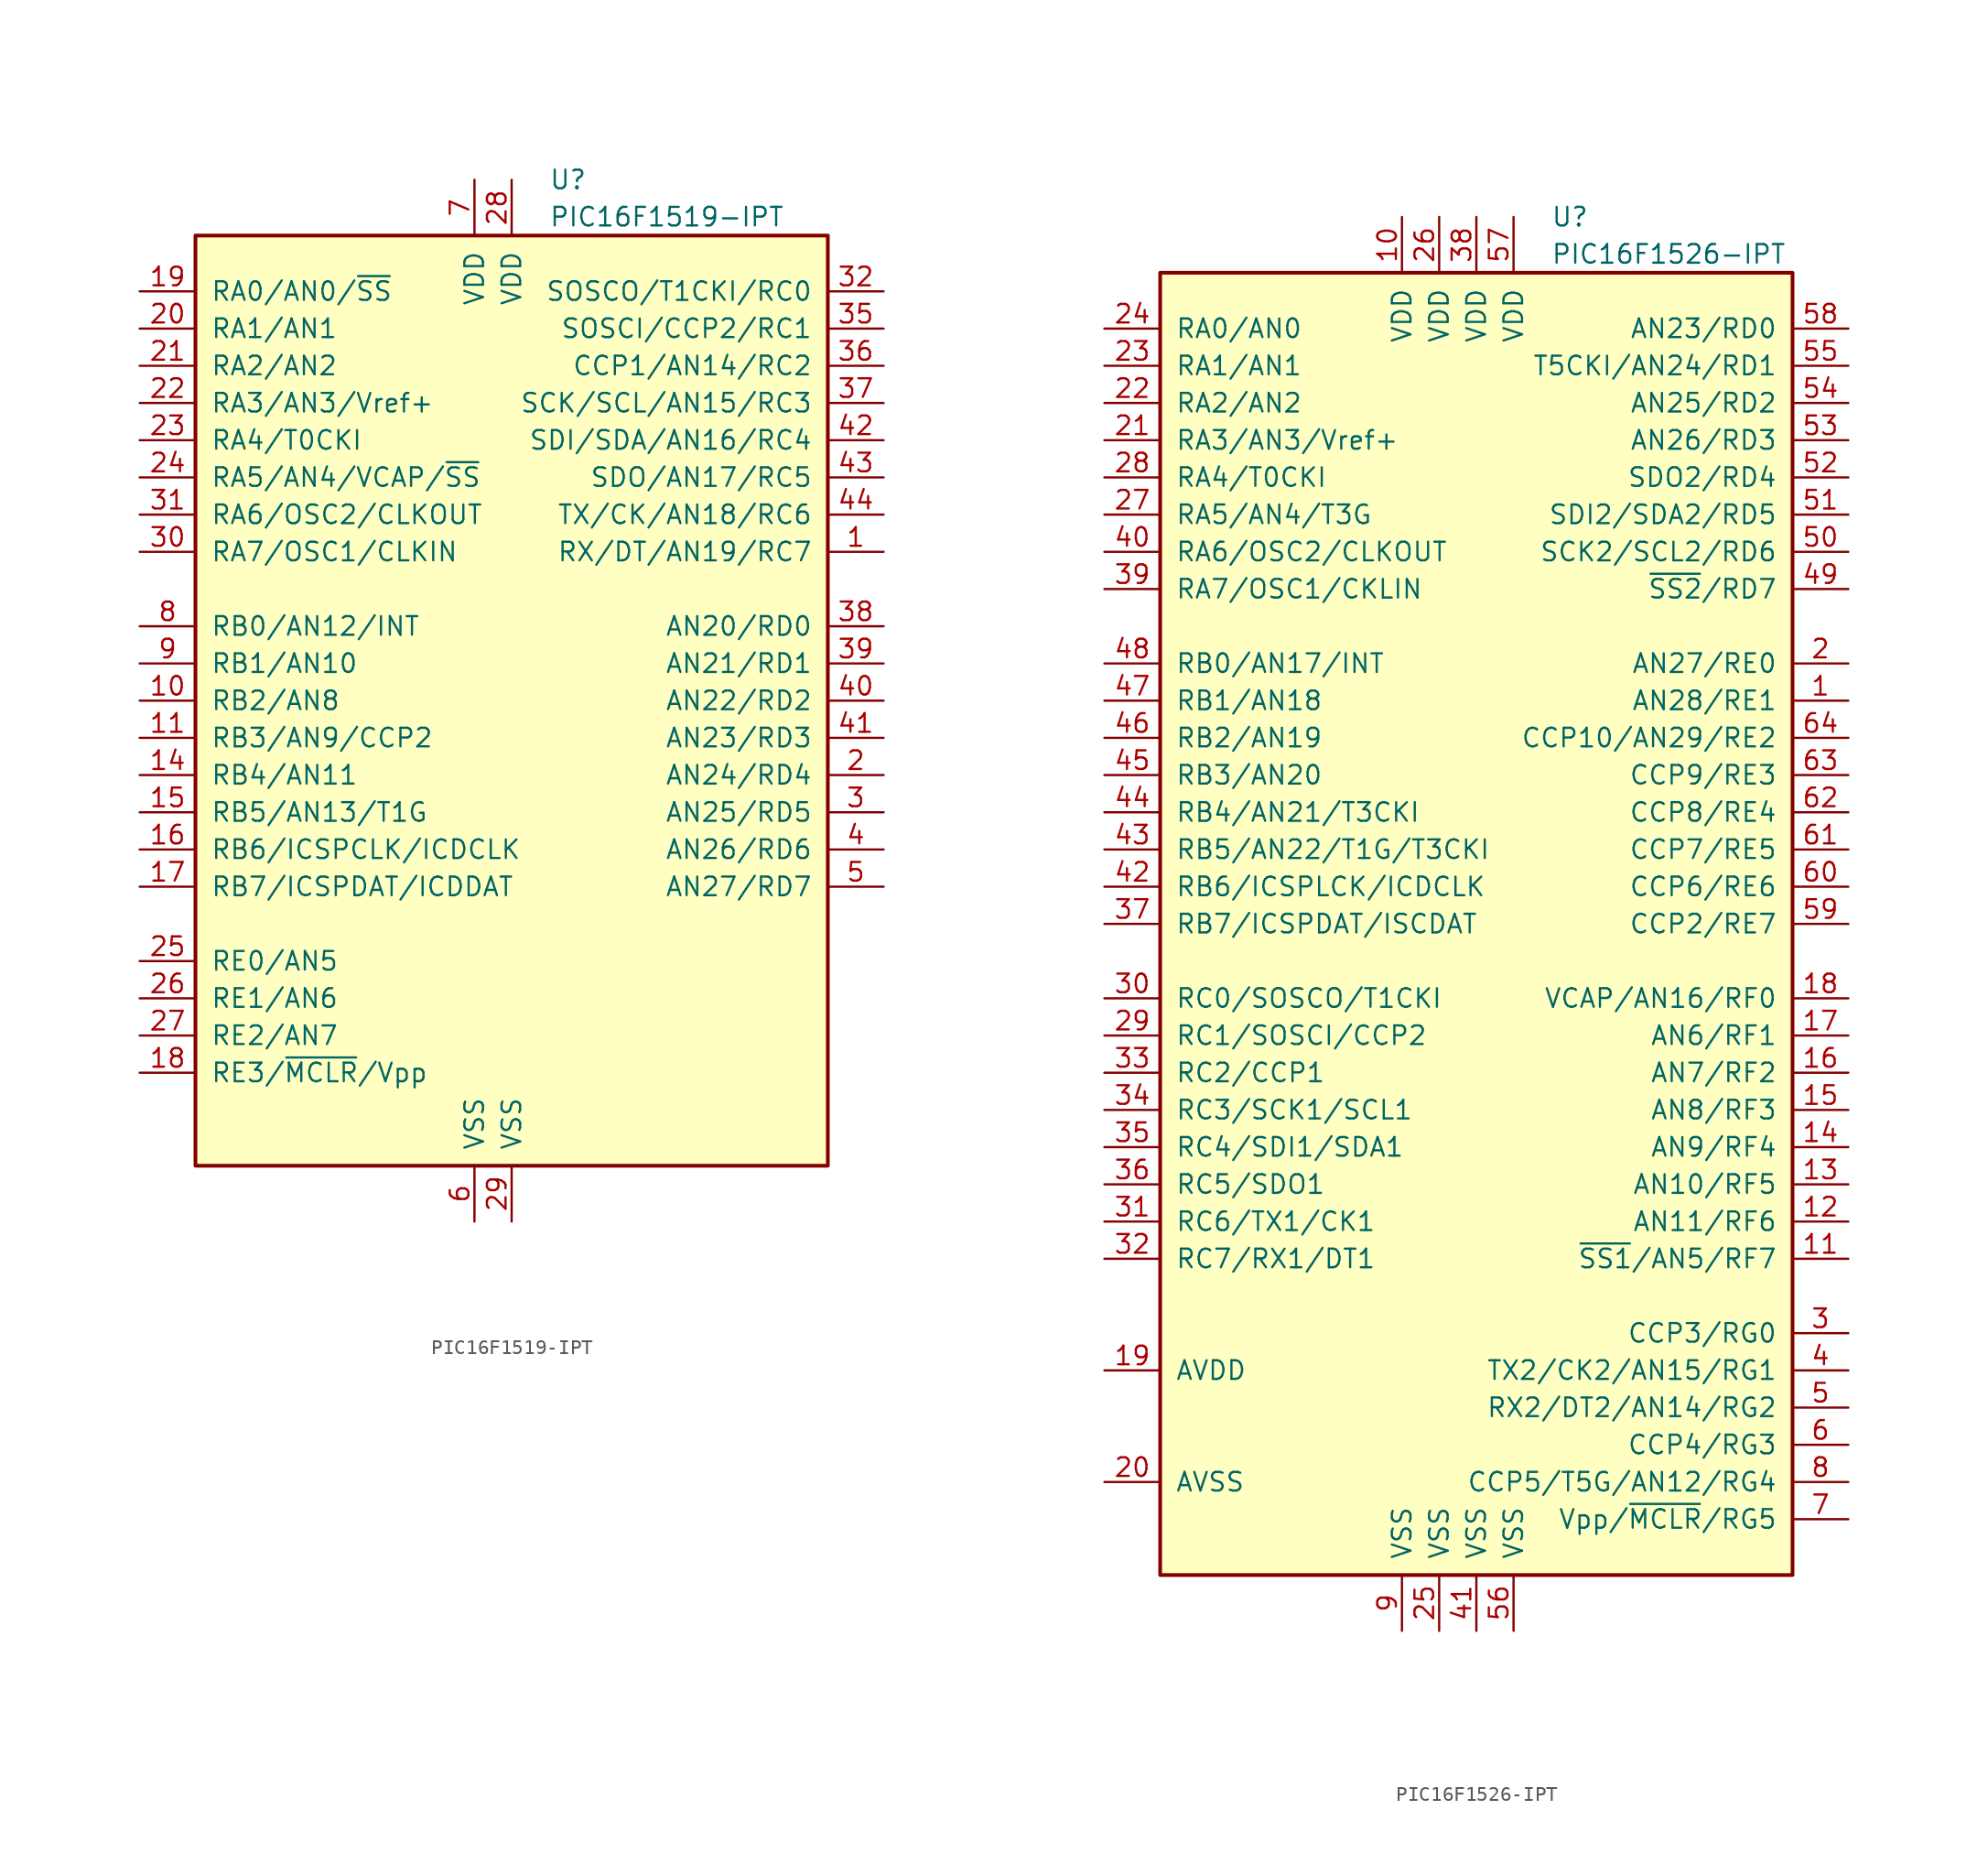
<source format=kicad_sym>
(kicad_symbol_lib
  (version 20201005)
  (generator kicad_symbol_editor)
  (symbol "PIC16F1519-IPT"
    (pin_names
      (offset 1.016))
    (property "Reference" "U"
      (at 2.54 35.56 0)
      (effects (font (size 1.27 1.27)) (justify left)))
    (property "Value" "PIC16F1519-IPT"
      (at 2.54 33.02 0)
      (effects (font (size 1.27 1.27)) (justify left)))
    (symbol "PIC16F1519-IPT_0_1"
      (rectangle (start -21.59 31.75) (end 21.59 -31.75) (stroke (width 0.254)) (fill (type background))))
    (symbol "PIC16F1519-IPT_1_1"
      (pin bidirectional line (at 25.4 10.16 180) (length 3.81) (name "RX/DT/AN19/RC7" (effects (font (size 1.27 1.27)))) (number "1" (effects (font (size 1.27 1.27)))))
      (pin bidirectional line (at -25.4 0 0) (length 3.81) (name "RB2/AN8" (effects (font (size 1.27 1.27)))) (number "10" (effects (font (size 1.27 1.27)))))
      (pin bidirectional line (at -25.4 -2.54 0) (length 3.81) (name "RB3/AN9/CCP2" (effects (font (size 1.27 1.27)))) (number "11" (effects (font (size 1.27 1.27)))))
      (pin bidirectional line (at -25.4 -5.08 0) (length 3.81) (name "RB4/AN11" (effects (font (size 1.27 1.27)))) (number "14" (effects (font (size 1.27 1.27)))))
      (pin bidirectional line (at -25.4 -7.62 0) (length 3.81) (name "RB5/AN13/T1G" (effects (font (size 1.27 1.27)))) (number "15" (effects (font (size 1.27 1.27)))))
      (pin bidirectional line (at -25.4 -10.16 0) (length 3.81) (name "RB6/ICSPCLK/ICDCLK" (effects (font (size 1.27 1.27)))) (number "16" (effects (font (size 1.27 1.27)))))
      (pin bidirectional line (at -25.4 -12.7 0) (length 3.81) (name "RB7/ICSPDAT/ICDDAT" (effects (font (size 1.27 1.27)))) (number "17" (effects (font (size 1.27 1.27)))))
      (pin input line (at -25.4 -25.4 0) (length 3.81) (name "RE3/~MCLR~/Vpp" (effects (font (size 1.27 1.27)))) (number "18" (effects (font (size 1.27 1.27)))))
      (pin bidirectional line (at -25.4 27.94 0) (length 3.81) (name "RA0/AN0/~SS" (effects (font (size 1.27 1.27)))) (number "19" (effects (font (size 1.27 1.27)))))
      (pin bidirectional line (at 25.4 -5.08 180) (length 3.81) (name "AN24/RD4" (effects (font (size 1.27 1.27)))) (number "2" (effects (font (size 1.27 1.27)))))
      (pin bidirectional line (at -25.4 25.4 0) (length 3.81) (name "RA1/AN1" (effects (font (size 1.27 1.27)))) (number "20" (effects (font (size 1.27 1.27)))))
      (pin bidirectional line (at -25.4 22.86 0) (length 3.81) (name "RA2/AN2" (effects (font (size 1.27 1.27)))) (number "21" (effects (font (size 1.27 1.27)))))
      (pin bidirectional line (at -25.4 20.32 0) (length 3.81) (name "RA3/AN3/Vref+" (effects (font (size 1.27 1.27)))) (number "22" (effects (font (size 1.27 1.27)))))
      (pin bidirectional line (at -25.4 17.78 0) (length 3.81) (name "RA4/T0CKI" (effects (font (size 1.27 1.27)))) (number "23" (effects (font (size 1.27 1.27)))))
      (pin bidirectional line (at -25.4 15.24 0) (length 3.81) (name "RA5/AN4/VCAP/~SS" (effects (font (size 1.27 1.27)))) (number "24" (effects (font (size 1.27 1.27)))))
      (pin bidirectional line (at -25.4 -17.78 0) (length 3.81) (name "RE0/AN5" (effects (font (size 1.27 1.27)))) (number "25" (effects (font (size 1.27 1.27)))))
      (pin bidirectional line (at -25.4 -20.32 0) (length 3.81) (name "RE1/AN6" (effects (font (size 1.27 1.27)))) (number "26" (effects (font (size 1.27 1.27)))))
      (pin bidirectional line (at -25.4 -22.86 0) (length 3.81) (name "RE2/AN7" (effects (font (size 1.27 1.27)))) (number "27" (effects (font (size 1.27 1.27)))))
      (pin power_in line (at 0 35.56 270) (length 3.81) (name "VDD" (effects (font (size 1.27 1.27)))) (number "28" (effects (font (size 1.27 1.27)))))
      (pin power_in line (at 0 -35.56 90) (length 3.81) (name "VSS" (effects (font (size 1.27 1.27)))) (number "29" (effects (font (size 1.27 1.27)))))
      (pin bidirectional line (at 25.4 -7.62 180) (length 3.81) (name "AN25/RD5" (effects (font (size 1.27 1.27)))) (number "3" (effects (font (size 1.27 1.27)))))
      (pin bidirectional line (at -25.4 10.16 0) (length 3.81) (name "RA7/OSC1/CLKIN" (effects (font (size 1.27 1.27)))) (number "30" (effects (font (size 1.27 1.27)))))
      (pin bidirectional line (at -25.4 12.7 0) (length 3.81) (name "RA6/OSC2/CLKOUT" (effects (font (size 1.27 1.27)))) (number "31" (effects (font (size 1.27 1.27)))))
      (pin bidirectional line (at 25.4 27.94 180) (length 3.81) (name "SOSCO/T1CKI/RC0" (effects (font (size 1.27 1.27)))) (number "32" (effects (font (size 1.27 1.27)))))
      (pin bidirectional line (at 25.4 25.4 180) (length 3.81) (name "SOSCI/CCP2/RC1" (effects (font (size 1.27 1.27)))) (number "35" (effects (font (size 1.27 1.27)))))
      (pin bidirectional line (at 25.4 22.86 180) (length 3.81) (name "CCP1/AN14/RC2" (effects (font (size 1.27 1.27)))) (number "36" (effects (font (size 1.27 1.27)))))
      (pin bidirectional line (at 25.4 20.32 180) (length 3.81) (name "SCK/SCL/AN15/RC3" (effects (font (size 1.27 1.27)))) (number "37" (effects (font (size 1.27 1.27)))))
      (pin bidirectional line (at 25.4 5.08 180) (length 3.81) (name "AN20/RD0" (effects (font (size 1.27 1.27)))) (number "38" (effects (font (size 1.27 1.27)))))
      (pin bidirectional line (at 25.4 2.54 180) (length 3.81) (name "AN21/RD1" (effects (font (size 1.27 1.27)))) (number "39" (effects (font (size 1.27 1.27)))))
      (pin bidirectional line (at 25.4 -10.16 180) (length 3.81) (name "AN26/RD6" (effects (font (size 1.27 1.27)))) (number "4" (effects (font (size 1.27 1.27)))))
      (pin bidirectional line (at 25.4 0 180) (length 3.81) (name "AN22/RD2" (effects (font (size 1.27 1.27)))) (number "40" (effects (font (size 1.27 1.27)))))
      (pin bidirectional line (at 25.4 -2.54 180) (length 3.81) (name "AN23/RD3" (effects (font (size 1.27 1.27)))) (number "41" (effects (font (size 1.27 1.27)))))
      (pin bidirectional line (at 25.4 17.78 180) (length 3.81) (name "SDI/SDA/AN16/RC4" (effects (font (size 1.27 1.27)))) (number "42" (effects (font (size 1.27 1.27)))))
      (pin bidirectional line (at 25.4 15.24 180) (length 3.81) (name "SDO/AN17/RC5" (effects (font (size 1.27 1.27)))) (number "43" (effects (font (size 1.27 1.27)))))
      (pin bidirectional line (at 25.4 12.7 180) (length 3.81) (name "TX/CK/AN18/RC6" (effects (font (size 1.27 1.27)))) (number "44" (effects (font (size 1.27 1.27)))))
      (pin bidirectional line (at 25.4 -12.7 180) (length 3.81) (name "AN27/RD7" (effects (font (size 1.27 1.27)))) (number "5" (effects (font (size 1.27 1.27)))))
      (pin power_in line (at -2.54 -35.56 90) (length 3.81) (name "VSS" (effects (font (size 1.27 1.27)))) (number "6" (effects (font (size 1.27 1.27)))))
      (pin power_in line (at -2.54 35.56 270) (length 3.81) (name "VDD" (effects (font (size 1.27 1.27)))) (number "7" (effects (font (size 1.27 1.27)))))
      (pin bidirectional line (at -25.4 5.08 0) (length 3.81) (name "RB0/AN12/INT" (effects (font (size 1.27 1.27)))) (number "8" (effects (font (size 1.27 1.27)))))
      (pin bidirectional line (at -25.4 2.54 0) (length 3.81) (name "RB1/AN10" (effects (font (size 1.27 1.27)))) (number "9" (effects (font (size 1.27 1.27)))))))
  (symbol "PIC16F1526-IPT"
    (pin_names
      (offset 1.016))
    (property "Reference" "U"
      (at 5.08 48.26 0)
      (effects (font (size 1.27 1.27)) (justify left)))
    (property "Value" "PIC16F1526-IPT"
      (at 5.08 45.72 0)
      (effects (font (size 1.27 1.27)) (justify left)))
    (symbol "PIC16F1526-IPT_0_1"
      (rectangle (start -21.59 44.45) (end 21.59 -44.45) (stroke (width 0.254)) (fill (type background))))
    (symbol "PIC16F1526-IPT_1_1"
      (pin bidirectional line (at 25.4 15.24 180) (length 3.81) (name "AN28/RE1" (effects (font (size 1.27 1.27)))) (number "1" (effects (font (size 1.27 1.27)))))
      (pin power_in line (at -5.08 48.26 270) (length 3.81) (name "VDD" (effects (font (size 1.27 1.27)))) (number "10" (effects (font (size 1.27 1.27)))))
      (pin bidirectional line (at 25.4 -22.86 180) (length 3.81) (name "~SS1~/AN5/RF7" (effects (font (size 1.27 1.27)))) (number "11" (effects (font (size 1.27 1.27)))))
      (pin bidirectional line (at 25.4 -20.32 180) (length 3.81) (name "AN11/RF6" (effects (font (size 1.27 1.27)))) (number "12" (effects (font (size 1.27 1.27)))))
      (pin bidirectional line (at 25.4 -17.78 180) (length 3.81) (name "AN10/RF5" (effects (font (size 1.27 1.27)))) (number "13" (effects (font (size 1.27 1.27)))))
      (pin bidirectional line (at 25.4 -15.24 180) (length 3.81) (name "AN9/RF4" (effects (font (size 1.27 1.27)))) (number "14" (effects (font (size 1.27 1.27)))))
      (pin bidirectional line (at 25.4 -12.7 180) (length 3.81) (name "AN8/RF3" (effects (font (size 1.27 1.27)))) (number "15" (effects (font (size 1.27 1.27)))))
      (pin bidirectional line (at 25.4 -10.16 180) (length 3.81) (name "AN7/RF2" (effects (font (size 1.27 1.27)))) (number "16" (effects (font (size 1.27 1.27)))))
      (pin bidirectional line (at 25.4 -7.62 180) (length 3.81) (name "AN6/RF1" (effects (font (size 1.27 1.27)))) (number "17" (effects (font (size 1.27 1.27)))))
      (pin bidirectional line (at 25.4 -5.08 180) (length 3.81) (name "VCAP/AN16/RF0" (effects (font (size 1.27 1.27)))) (number "18" (effects (font (size 1.27 1.27)))))
      (pin power_in line (at -25.4 -30.48 0) (length 3.81) (name "AVDD" (effects (font (size 1.27 1.27)))) (number "19" (effects (font (size 1.27 1.27)))))
      (pin bidirectional line (at 25.4 17.78 180) (length 3.81) (name "AN27/RE0" (effects (font (size 1.27 1.27)))) (number "2" (effects (font (size 1.27 1.27)))))
      (pin power_in line (at -25.4 -38.1 0) (length 3.81) (name "AVSS" (effects (font (size 1.27 1.27)))) (number "20" (effects (font (size 1.27 1.27)))))
      (pin bidirectional line (at -25.4 33.02 0) (length 3.81) (name "RA3/AN3/Vref+" (effects (font (size 1.27 1.27)))) (number "21" (effects (font (size 1.27 1.27)))))
      (pin bidirectional line (at -25.4 35.56 0) (length 3.81) (name "RA2/AN2" (effects (font (size 1.27 1.27)))) (number "22" (effects (font (size 1.27 1.27)))))
      (pin bidirectional line (at -25.4 38.1 0) (length 3.81) (name "RA1/AN1" (effects (font (size 1.27 1.27)))) (number "23" (effects (font (size 1.27 1.27)))))
      (pin bidirectional line (at -25.4 40.64 0) (length 3.81) (name "RA0/AN0" (effects (font (size 1.27 1.27)))) (number "24" (effects (font (size 1.27 1.27)))))
      (pin power_in line (at -2.54 -48.26 90) (length 3.81) (name "VSS" (effects (font (size 1.27 1.27)))) (number "25" (effects (font (size 1.27 1.27)))))
      (pin power_in line (at -2.54 48.26 270) (length 3.81) (name "VDD" (effects (font (size 1.27 1.27)))) (number "26" (effects (font (size 1.27 1.27)))))
      (pin bidirectional line (at -25.4 27.94 0) (length 3.81) (name "RA5/AN4/T3G" (effects (font (size 1.27 1.27)))) (number "27" (effects (font (size 1.27 1.27)))))
      (pin bidirectional line (at -25.4 30.48 0) (length 3.81) (name "RA4/T0CKI" (effects (font (size 1.27 1.27)))) (number "28" (effects (font (size 1.27 1.27)))))
      (pin bidirectional line (at -25.4 -7.62 0) (length 3.81) (name "RC1/SOSCI/CCP2" (effects (font (size 1.27 1.27)))) (number "29" (effects (font (size 1.27 1.27)))))
      (pin bidirectional line (at 25.4 -27.94 180) (length 3.81) (name "CCP3/RG0" (effects (font (size 1.27 1.27)))) (number "3" (effects (font (size 1.27 1.27)))))
      (pin bidirectional line (at -25.4 -5.08 0) (length 3.81) (name "RC0/SOSCO/T1CKI" (effects (font (size 1.27 1.27)))) (number "30" (effects (font (size 1.27 1.27)))))
      (pin bidirectional line (at -25.4 -20.32 0) (length 3.81) (name "RC6/TX1/CK1" (effects (font (size 1.27 1.27)))) (number "31" (effects (font (size 1.27 1.27)))))
      (pin bidirectional line (at -25.4 -22.86 0) (length 3.81) (name "RC7/RX1/DT1" (effects (font (size 1.27 1.27)))) (number "32" (effects (font (size 1.27 1.27)))))
      (pin bidirectional line (at -25.4 -10.16 0) (length 3.81) (name "RC2/CCP1" (effects (font (size 1.27 1.27)))) (number "33" (effects (font (size 1.27 1.27)))))
      (pin bidirectional line (at -25.4 -12.7 0) (length 3.81) (name "RC3/SCK1/SCL1" (effects (font (size 1.27 1.27)))) (number "34" (effects (font (size 1.27 1.27)))))
      (pin bidirectional line (at -25.4 -15.24 0) (length 3.81) (name "RC4/SDI1/SDA1" (effects (font (size 1.27 1.27)))) (number "35" (effects (font (size 1.27 1.27)))))
      (pin bidirectional line (at -25.4 -17.78 0) (length 3.81) (name "RC5/SDO1" (effects (font (size 1.27 1.27)))) (number "36" (effects (font (size 1.27 1.27)))))
      (pin bidirectional line (at -25.4 0 0) (length 3.81) (name "RB7/ICSPDAT/ISCDAT" (effects (font (size 1.27 1.27)))) (number "37" (effects (font (size 1.27 1.27)))))
      (pin power_in line (at 0 48.26 270) (length 3.81) (name "VDD" (effects (font (size 1.27 1.27)))) (number "38" (effects (font (size 1.27 1.27)))))
      (pin bidirectional line (at -25.4 22.86 0) (length 3.81) (name "RA7/OSC1/CKLIN" (effects (font (size 1.27 1.27)))) (number "39" (effects (font (size 1.27 1.27)))))
      (pin bidirectional line (at 25.4 -30.48 180) (length 3.81) (name "TX2/CK2/AN15/RG1" (effects (font (size 1.27 1.27)))) (number "4" (effects (font (size 1.27 1.27)))))
      (pin bidirectional line (at -25.4 25.4 0) (length 3.81) (name "RA6/OSC2/CLKOUT" (effects (font (size 1.27 1.27)))) (number "40" (effects (font (size 1.27 1.27)))))
      (pin power_in line (at 0 -48.26 90) (length 3.81) (name "VSS" (effects (font (size 1.27 1.27)))) (number "41" (effects (font (size 1.27 1.27)))))
      (pin bidirectional line (at -25.4 2.54 0) (length 3.81) (name "RB6/ICSPLCK/ICDCLK" (effects (font (size 1.27 1.27)))) (number "42" (effects (font (size 1.27 1.27)))))
      (pin bidirectional line (at -25.4 5.08 0) (length 3.81) (name "RB5/AN22/T1G/T3CKI" (effects (font (size 1.27 1.27)))) (number "43" (effects (font (size 1.27 1.27)))))
      (pin bidirectional line (at -25.4 7.62 0) (length 3.81) (name "RB4/AN21/T3CKI" (effects (font (size 1.27 1.27)))) (number "44" (effects (font (size 1.27 1.27)))))
      (pin bidirectional line (at -25.4 10.16 0) (length 3.81) (name "RB3/AN20" (effects (font (size 1.27 1.27)))) (number "45" (effects (font (size 1.27 1.27)))))
      (pin bidirectional line (at -25.4 12.7 0) (length 3.81) (name "RB2/AN19" (effects (font (size 1.27 1.27)))) (number "46" (effects (font (size 1.27 1.27)))))
      (pin bidirectional line (at -25.4 15.24 0) (length 3.81) (name "RB1/AN18" (effects (font (size 1.27 1.27)))) (number "47" (effects (font (size 1.27 1.27)))))
      (pin bidirectional line (at -25.4 17.78 0) (length 3.81) (name "RB0/AN17/INT" (effects (font (size 1.27 1.27)))) (number "48" (effects (font (size 1.27 1.27)))))
      (pin bidirectional line (at 25.4 22.86 180) (length 3.81) (name "~SS2~/RD7" (effects (font (size 1.27 1.27)))) (number "49" (effects (font (size 1.27 1.27)))))
      (pin bidirectional line (at 25.4 -33.02 180) (length 3.81) (name "RX2/DT2/AN14/RG2" (effects (font (size 1.27 1.27)))) (number "5" (effects (font (size 1.27 1.27)))))
      (pin bidirectional line (at 25.4 25.4 180) (length 3.81) (name "SCK2/SCL2/RD6" (effects (font (size 1.27 1.27)))) (number "50" (effects (font (size 1.27 1.27)))))
      (pin bidirectional line (at 25.4 27.94 180) (length 3.81) (name "SDI2/SDA2/RD5" (effects (font (size 1.27 1.27)))) (number "51" (effects (font (size 1.27 1.27)))))
      (pin bidirectional line (at 25.4 30.48 180) (length 3.81) (name "SDO2/RD4" (effects (font (size 1.27 1.27)))) (number "52" (effects (font (size 1.27 1.27)))))
      (pin bidirectional line (at 25.4 33.02 180) (length 3.81) (name "AN26/RD3" (effects (font (size 1.27 1.27)))) (number "53" (effects (font (size 1.27 1.27)))))
      (pin bidirectional line (at 25.4 35.56 180) (length 3.81) (name "AN25/RD2" (effects (font (size 1.27 1.27)))) (number "54" (effects (font (size 1.27 1.27)))))
      (pin bidirectional line (at 25.4 38.1 180) (length 3.81) (name "T5CKI/AN24/RD1" (effects (font (size 1.27 1.27)))) (number "55" (effects (font (size 1.27 1.27)))))
      (pin power_in line (at 2.54 -48.26 90) (length 3.81) (name "VSS" (effects (font (size 1.27 1.27)))) (number "56" (effects (font (size 1.27 1.27)))))
      (pin power_in line (at 2.54 48.26 270) (length 3.81) (name "VDD" (effects (font (size 1.27 1.27)))) (number "57" (effects (font (size 1.27 1.27)))))
      (pin bidirectional line (at 25.4 40.64 180) (length 3.81) (name "AN23/RD0" (effects (font (size 1.27 1.27)))) (number "58" (effects (font (size 1.27 1.27)))))
      (pin bidirectional line (at 25.4 0 180) (length 3.81) (name "CCP2/RE7" (effects (font (size 1.27 1.27)))) (number "59" (effects (font (size 1.27 1.27)))))
      (pin bidirectional line (at 25.4 -35.56 180) (length 3.81) (name "CCP4/RG3" (effects (font (size 1.27 1.27)))) (number "6" (effects (font (size 1.27 1.27)))))
      (pin bidirectional line (at 25.4 2.54 180) (length 3.81) (name "CCP6/RE6" (effects (font (size 1.27 1.27)))) (number "60" (effects (font (size 1.27 1.27)))))
      (pin bidirectional line (at 25.4 5.08 180) (length 3.81) (name "CCP7/RE5" (effects (font (size 1.27 1.27)))) (number "61" (effects (font (size 1.27 1.27)))))
      (pin bidirectional line (at 25.4 7.62 180) (length 3.81) (name "CCP8/RE4" (effects (font (size 1.27 1.27)))) (number "62" (effects (font (size 1.27 1.27)))))
      (pin bidirectional line (at 25.4 10.16 180) (length 3.81) (name "CCP9/RE3" (effects (font (size 1.27 1.27)))) (number "63" (effects (font (size 1.27 1.27)))))
      (pin bidirectional line (at 25.4 12.7 180) (length 3.81) (name "CCP10/AN29/RE2" (effects (font (size 1.27 1.27)))) (number "64" (effects (font (size 1.27 1.27)))))
      (pin input line (at 25.4 -40.64 180) (length 3.81) (name "Vpp/~MCLR~/RG5" (effects (font (size 1.27 1.27)))) (number "7" (effects (font (size 1.27 1.27)))))
      (pin bidirectional line (at 25.4 -38.1 180) (length 3.81) (name "CCP5/T5G/AN12/RG4" (effects (font (size 1.27 1.27)))) (number "8" (effects (font (size 1.27 1.27)))))
      (pin power_in line (at -5.08 -48.26 90) (length 3.81) (name "VSS" (effects (font (size 1.27 1.27)))) (number "9" (effects (font (size 1.27 1.27))))))))
</source>
